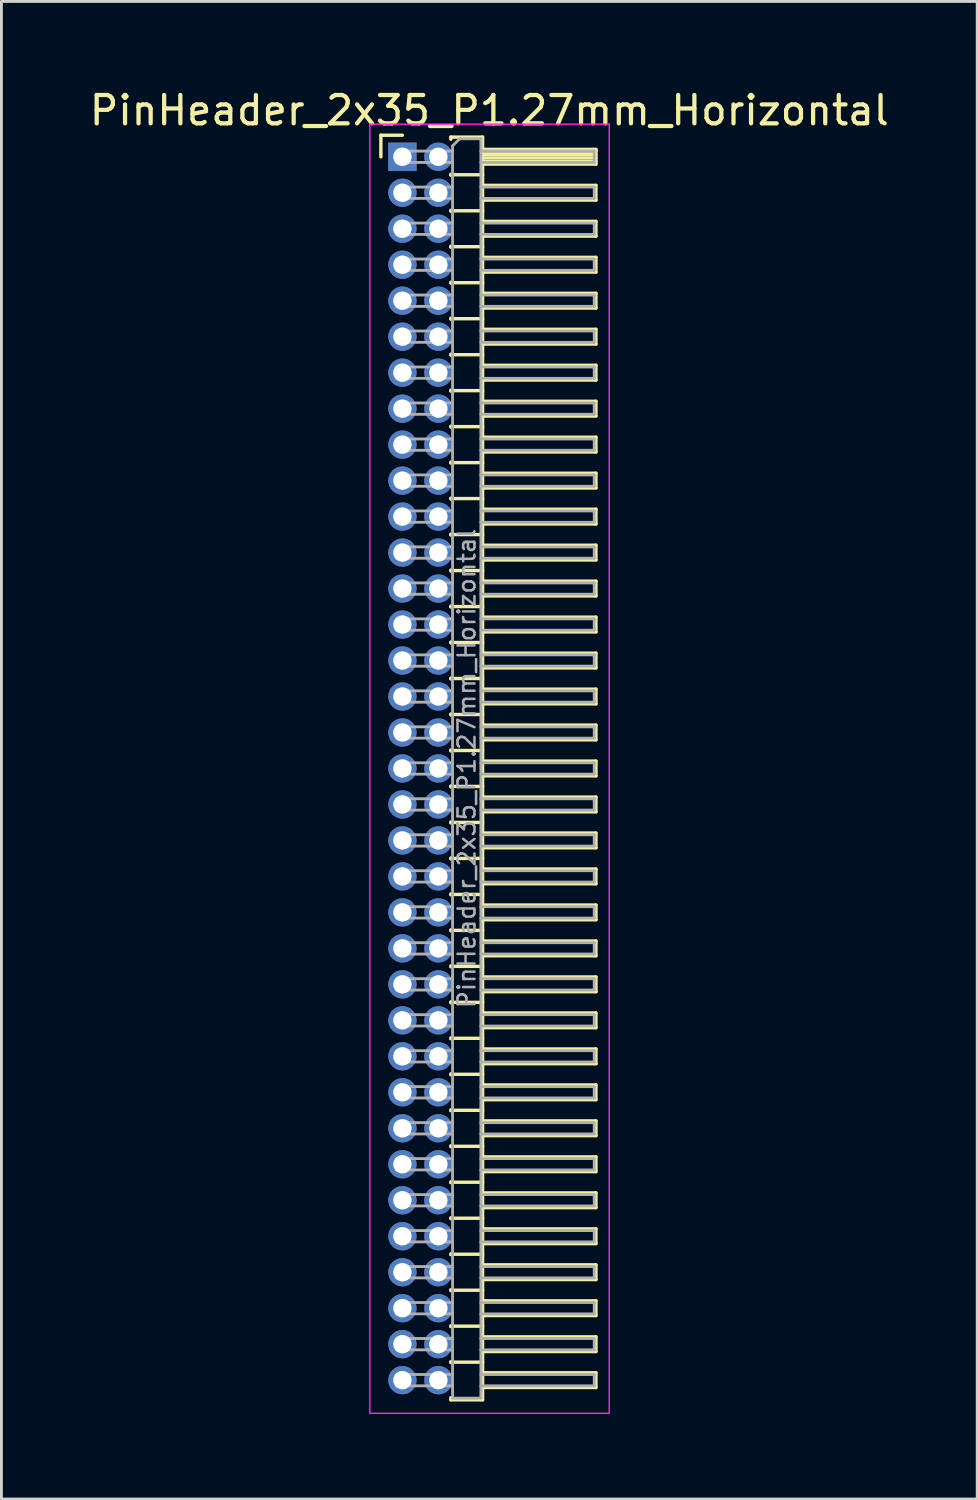
<source format=kicad_pcb>
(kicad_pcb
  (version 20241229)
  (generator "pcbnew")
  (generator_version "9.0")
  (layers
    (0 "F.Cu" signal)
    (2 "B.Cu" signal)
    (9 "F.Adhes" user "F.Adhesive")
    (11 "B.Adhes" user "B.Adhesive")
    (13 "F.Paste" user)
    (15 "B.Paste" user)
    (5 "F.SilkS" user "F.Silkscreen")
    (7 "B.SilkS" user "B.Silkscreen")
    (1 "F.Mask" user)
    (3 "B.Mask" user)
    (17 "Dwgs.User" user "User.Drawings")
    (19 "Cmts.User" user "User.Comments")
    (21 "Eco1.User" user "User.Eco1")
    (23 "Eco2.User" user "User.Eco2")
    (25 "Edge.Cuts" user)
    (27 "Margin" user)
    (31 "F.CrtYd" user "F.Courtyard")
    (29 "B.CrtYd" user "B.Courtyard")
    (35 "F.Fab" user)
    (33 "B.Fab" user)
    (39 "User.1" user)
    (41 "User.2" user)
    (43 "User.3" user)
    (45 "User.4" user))
  (footprint "PinHeader_2x35_P1.27mm_Horizontal"
    (layer "F.Cu")
    (at 11.153 2.483)
    (property "Reference" "PinHeader_2x35_P1.27mm_Horizontal" (at 3.067 -1.635 0) (layer "F.SilkS") (effects (font (size 1 1) (thickness 0.15))))
    (attr through_hole)
    (fp_line (start -0.76 -0.76) (end 0 -0.76) (stroke (width 0.12) (type solid)) (layer "F.SilkS"))
    (fp_line (start -0.76 0) (end -0.76 -0.76) (stroke (width 0.12) (type solid)) (layer "F.SilkS"))
    (fp_line (start 1.71 -0.695) (end 2.83 -0.695) (stroke (width 0.12) (type solid)) (layer "F.SilkS"))
    (fp_line (start 1.71 -0.62) (end 1.71 -0.695) (stroke (width 0.12) (type solid)) (layer "F.SilkS"))
    (fp_line (start 1.71 0.62) (end 1.71 0.65) (stroke (width 0.12) (type solid)) (layer "F.SilkS"))
    (fp_line (start 1.71 0.635) (end 2.83 0.635) (stroke (width 0.12) (type solid)) (layer "F.SilkS"))
    (fp_line (start 1.71 1.89) (end 1.71 1.92) (stroke (width 0.12) (type solid)) (layer "F.SilkS"))
    (fp_line (start 1.71 1.905) (end 2.83 1.905) (stroke (width 0.12) (type solid)) (layer "F.SilkS"))
    (fp_line (start 1.71 3.16) (end 1.71 3.19) (stroke (width 0.12) (type solid)) (layer "F.SilkS"))
    (fp_line (start 1.71 3.175) (end 2.83 3.175) (stroke (width 0.12) (type solid)) (layer "F.SilkS"))
    (fp_line (start 1.71 4.43) (end 1.71 4.46) (stroke (width 0.12) (type solid)) (layer "F.SilkS"))
    (fp_line (start 1.71 4.445) (end 2.83 4.445) (stroke (width 0.12) (type solid)) (layer "F.SilkS"))
    (fp_line (start 1.71 5.7) (end 1.71 5.73) (stroke (width 0.12) (type solid)) (layer "F.SilkS"))
    (fp_line (start 1.71 5.715) (end 2.83 5.715) (stroke (width 0.12) (type solid)) (layer "F.SilkS"))
    (fp_line (start 1.71 6.97) (end 1.71 7) (stroke (width 0.12) (type solid)) (layer "F.SilkS"))
    (fp_line (start 1.71 6.985) (end 2.83 6.985) (stroke (width 0.12) (type solid)) (layer "F.SilkS"))
    (fp_line (start 1.71 8.24) (end 1.71 8.27) (stroke (width 0.12) (type solid)) (layer "F.SilkS"))
    (fp_line (start 1.71 8.255) (end 2.83 8.255) (stroke (width 0.12) (type solid)) (layer "F.SilkS"))
    (fp_line (start 1.71 9.51) (end 1.71 9.54) (stroke (width 0.12) (type solid)) (layer "F.SilkS"))
    (fp_line (start 1.71 9.525) (end 2.83 9.525) (stroke (width 0.12) (type solid)) (layer "F.SilkS"))
    (fp_line (start 1.71 10.78) (end 1.71 10.81) (stroke (width 0.12) (type solid)) (layer "F.SilkS"))
    (fp_line (start 1.71 10.795) (end 2.83 10.795) (stroke (width 0.12) (type solid)) (layer "F.SilkS"))
    (fp_line (start 1.71 12.05) (end 1.71 12.08) (stroke (width 0.12) (type solid)) (layer "F.SilkS"))
    (fp_line (start 1.71 12.065) (end 2.83 12.065) (stroke (width 0.12) (type solid)) (layer "F.SilkS"))
    (fp_line (start 1.71 13.32) (end 1.71 13.35) (stroke (width 0.12) (type solid)) (layer "F.SilkS"))
    (fp_line (start 1.71 13.335) (end 2.83 13.335) (stroke (width 0.12) (type solid)) (layer "F.SilkS"))
    (fp_line (start 1.71 14.59) (end 1.71 14.62) (stroke (width 0.12) (type solid)) (layer "F.SilkS"))
    (fp_line (start 1.71 14.605) (end 2.83 14.605) (stroke (width 0.12) (type solid)) (layer "F.SilkS"))
    (fp_line (start 1.71 15.86) (end 1.71 15.89) (stroke (width 0.12) (type solid)) (layer "F.SilkS"))
    (fp_line (start 1.71 15.875) (end 2.83 15.875) (stroke (width 0.12) (type solid)) (layer "F.SilkS"))
    (fp_line (start 1.71 17.13) (end 1.71 17.16) (stroke (width 0.12) (type solid)) (layer "F.SilkS"))
    (fp_line (start 1.71 17.145) (end 2.83 17.145) (stroke (width 0.12) (type solid)) (layer "F.SilkS"))
    (fp_line (start 1.71 18.4) (end 1.71 18.43) (stroke (width 0.12) (type solid)) (layer "F.SilkS"))
    (fp_line (start 1.71 18.415) (end 2.83 18.415) (stroke (width 0.12) (type solid)) (layer "F.SilkS"))
    (fp_line (start 1.71 19.67) (end 1.71 19.7) (stroke (width 0.12) (type solid)) (layer "F.SilkS"))
    (fp_line (start 1.71 19.685) (end 2.83 19.685) (stroke (width 0.12) (type solid)) (layer "F.SilkS"))
    (fp_line (start 1.71 20.94) (end 1.71 20.97) (stroke (width 0.12) (type solid)) (layer "F.SilkS"))
    (fp_line (start 1.71 20.955) (end 2.83 20.955) (stroke (width 0.12) (type solid)) (layer "F.SilkS"))
    (fp_line (start 1.71 22.21) (end 1.71 22.24) (stroke (width 0.12) (type solid)) (layer "F.SilkS"))
    (fp_line (start 1.71 22.225) (end 2.83 22.225) (stroke (width 0.12) (type solid)) (layer "F.SilkS"))
    (fp_line (start 1.71 23.48) (end 1.71 23.51) (stroke (width 0.12) (type solid)) (layer "F.SilkS"))
    (fp_line (start 1.71 23.495) (end 2.83 23.495) (stroke (width 0.12) (type solid)) (layer "F.SilkS"))
    (fp_line (start 1.71 24.75) (end 1.71 24.78) (stroke (width 0.12) (type solid)) (layer "F.SilkS"))
    (fp_line (start 1.71 24.765) (end 2.83 24.765) (stroke (width 0.12) (type solid)) (layer "F.SilkS"))
    (fp_line (start 1.71 26.02) (end 1.71 26.05) (stroke (width 0.12) (type solid)) (layer "F.SilkS"))
    (fp_line (start 1.71 26.035) (end 2.83 26.035) (stroke (width 0.12) (type solid)) (layer "F.SilkS"))
    (fp_line (start 1.71 27.29) (end 1.71 27.32) (stroke (width 0.12) (type solid)) (layer "F.SilkS"))
    (fp_line (start 1.71 27.305) (end 2.83 27.305) (stroke (width 0.12) (type solid)) (layer "F.SilkS"))
    (fp_line (start 1.71 28.56) (end 1.71 28.59) (stroke (width 0.12) (type solid)) (layer "F.SilkS"))
    (fp_line (start 1.71 28.575) (end 2.83 28.575) (stroke (width 0.12) (type solid)) (layer "F.SilkS"))
    (fp_line (start 1.71 29.83) (end 1.71 29.86) (stroke (width 0.12) (type solid)) (layer "F.SilkS"))
    (fp_line (start 1.71 29.845) (end 2.83 29.845) (stroke (width 0.12) (type solid)) (layer "F.SilkS"))
    (fp_line (start 1.71 31.1) (end 1.71 31.13) (stroke (width 0.12) (type solid)) (layer "F.SilkS"))
    (fp_line (start 1.71 31.115) (end 2.83 31.115) (stroke (width 0.12) (type solid)) (layer "F.SilkS"))
    (fp_line (start 1.71 32.37) (end 1.71 32.4) (stroke (width 0.12) (type solid)) (layer "F.SilkS"))
    (fp_line (start 1.71 32.385) (end 2.83 32.385) (stroke (width 0.12) (type solid)) (layer "F.SilkS"))
    (fp_line (start 1.71 33.64) (end 1.71 33.67) (stroke (width 0.12) (type solid)) (layer "F.SilkS"))
    (fp_line (start 1.71 33.655) (end 2.83 33.655) (stroke (width 0.12) (type solid)) (layer "F.SilkS"))
    (fp_line (start 1.71 34.91) (end 1.71 34.94) (stroke (width 0.12) (type solid)) (layer "F.SilkS"))
    (fp_line (start 1.71 34.925) (end 2.83 34.925) (stroke (width 0.12) (type solid)) (layer "F.SilkS"))
    (fp_line (start 1.71 36.18) (end 1.71 36.21) (stroke (width 0.12) (type solid)) (layer "F.SilkS"))
    (fp_line (start 1.71 36.195) (end 2.83 36.195) (stroke (width 0.12) (type solid)) (layer "F.SilkS"))
    (fp_line (start 1.71 37.45) (end 1.71 37.48) (stroke (width 0.12) (type solid)) (layer "F.SilkS"))
    (fp_line (start 1.71 37.465) (end 2.83 37.465) (stroke (width 0.12) (type solid)) (layer "F.SilkS"))
    (fp_line (start 1.71 38.72) (end 1.71 38.75) (stroke (width 0.12) (type solid)) (layer "F.SilkS"))
    (fp_line (start 1.71 38.735) (end 2.83 38.735) (stroke (width 0.12) (type solid)) (layer "F.SilkS"))
    (fp_line (start 1.71 39.99) (end 1.71 40.02) (stroke (width 0.12) (type solid)) (layer "F.SilkS"))
    (fp_line (start 1.71 40.005) (end 2.83 40.005) (stroke (width 0.12) (type solid)) (layer "F.SilkS"))
    (fp_line (start 1.71 41.26) (end 1.71 41.29) (stroke (width 0.12) (type solid)) (layer "F.SilkS"))
    (fp_line (start 1.71 41.275) (end 2.83 41.275) (stroke (width 0.12) (type solid)) (layer "F.SilkS"))
    (fp_line (start 1.71 42.53) (end 1.71 42.56) (stroke (width 0.12) (type solid)) (layer "F.SilkS"))
    (fp_line (start 1.71 42.545) (end 2.83 42.545) (stroke (width 0.12) (type solid)) (layer "F.SilkS"))
    (fp_line (start 1.71 43.875) (end 1.71 43.8) (stroke (width 0.12) (type solid)) (layer "F.SilkS"))
    (fp_line (start 2.83 -0.695) (end 2.83 43.875) (stroke (width 0.12) (type solid)) (layer "F.SilkS"))
    (fp_line (start 2.83 -0.26) (end 6.83 -0.26) (stroke (width 0.12) (type solid)) (layer "F.SilkS"))
    (fp_line (start 2.83 -0.2) (end 6.83 -0.2) (stroke (width 0.12) (type solid)) (layer "F.SilkS"))
    (fp_line (start 2.83 -0.08) (end 6.83 -0.08) (stroke (width 0.12) (type solid)) (layer "F.SilkS"))
    (fp_line (start 2.83 0.04) (end 6.83 0.04) (stroke (width 0.12) (type solid)) (layer "F.SilkS"))
    (fp_line (start 2.83 0.16) (end 6.83 0.16) (stroke (width 0.12) (type solid)) (layer "F.SilkS"))
    (fp_line (start 2.83 1.01) (end 6.83 1.01) (stroke (width 0.12) (type solid)) (layer "F.SilkS"))
    (fp_line (start 2.83 2.28) (end 6.83 2.28) (stroke (width 0.12) (type solid)) (layer "F.SilkS"))
    (fp_line (start 2.83 3.55) (end 6.83 3.55) (stroke (width 0.12) (type solid)) (layer "F.SilkS"))
    (fp_line (start 2.83 4.82) (end 6.83 4.82) (stroke (width 0.12) (type solid)) (layer "F.SilkS"))
    (fp_line (start 2.83 6.09) (end 6.83 6.09) (stroke (width 0.12) (type solid)) (layer "F.SilkS"))
    (fp_line (start 2.83 7.36) (end 6.83 7.36) (stroke (width 0.12) (type solid)) (layer "F.SilkS"))
    (fp_line (start 2.83 8.63) (end 6.83 8.63) (stroke (width 0.12) (type solid)) (layer "F.SilkS"))
    (fp_line (start 2.83 9.9) (end 6.83 9.9) (stroke (width 0.12) (type solid)) (layer "F.SilkS"))
    (fp_line (start 2.83 11.17) (end 6.83 11.17) (stroke (width 0.12) (type solid)) (layer "F.SilkS"))
    (fp_line (start 2.83 12.44) (end 6.83 12.44) (stroke (width 0.12) (type solid)) (layer "F.SilkS"))
    (fp_line (start 2.83 13.71) (end 6.83 13.71) (stroke (width 0.12) (type solid)) (layer "F.SilkS"))
    (fp_line (start 2.83 14.98) (end 6.83 14.98) (stroke (width 0.12) (type solid)) (layer "F.SilkS"))
    (fp_line (start 2.83 16.25) (end 6.83 16.25) (stroke (width 0.12) (type solid)) (layer "F.SilkS"))
    (fp_line (start 2.83 17.52) (end 6.83 17.52) (stroke (width 0.12) (type solid)) (layer "F.SilkS"))
    (fp_line (start 2.83 18.79) (end 6.83 18.79) (stroke (width 0.12) (type solid)) (layer "F.SilkS"))
    (fp_line (start 2.83 20.06) (end 6.83 20.06) (stroke (width 0.12) (type solid)) (layer "F.SilkS"))
    (fp_line (start 2.83 21.33) (end 6.83 21.33) (stroke (width 0.12) (type solid)) (layer "F.SilkS"))
    (fp_line (start 2.83 22.6) (end 6.83 22.6) (stroke (width 0.12) (type solid)) (layer "F.SilkS"))
    (fp_line (start 2.83 23.87) (end 6.83 23.87) (stroke (width 0.12) (type solid)) (layer "F.SilkS"))
    (fp_line (start 2.83 25.14) (end 6.83 25.14) (stroke (width 0.12) (type solid)) (layer "F.SilkS"))
    (fp_line (start 2.83 26.41) (end 6.83 26.41) (stroke (width 0.12) (type solid)) (layer "F.SilkS"))
    (fp_line (start 2.83 27.68) (end 6.83 27.68) (stroke (width 0.12) (type solid)) (layer "F.SilkS"))
    (fp_line (start 2.83 28.95) (end 6.83 28.95) (stroke (width 0.12) (type solid)) (layer "F.SilkS"))
    (fp_line (start 2.83 30.22) (end 6.83 30.22) (stroke (width 0.12) (type solid)) (layer "F.SilkS"))
    (fp_line (start 2.83 31.49) (end 6.83 31.49) (stroke (width 0.12) (type solid)) (layer "F.SilkS"))
    (fp_line (start 2.83 32.76) (end 6.83 32.76) (stroke (width 0.12) (type solid)) (layer "F.SilkS"))
    (fp_line (start 2.83 34.03) (end 6.83 34.03) (stroke (width 0.12) (type solid)) (layer "F.SilkS"))
    (fp_line (start 2.83 35.3) (end 6.83 35.3) (stroke (width 0.12) (type solid)) (layer "F.SilkS"))
    (fp_line (start 2.83 36.57) (end 6.83 36.57) (stroke (width 0.12) (type solid)) (layer "F.SilkS"))
    (fp_line (start 2.83 37.84) (end 6.83 37.84) (stroke (width 0.12) (type solid)) (layer "F.SilkS"))
    (fp_line (start 2.83 39.11) (end 6.83 39.11) (stroke (width 0.12) (type solid)) (layer "F.SilkS"))
    (fp_line (start 2.83 40.38) (end 6.83 40.38) (stroke (width 0.12) (type solid)) (layer "F.SilkS"))
    (fp_line (start 2.83 41.65) (end 6.83 41.65) (stroke (width 0.12) (type solid)) (layer "F.SilkS"))
    (fp_line (start 2.83 42.92) (end 6.83 42.92) (stroke (width 0.12) (type solid)) (layer "F.SilkS"))
    (fp_line (start 2.83 43.875) (end 1.71 43.875) (stroke (width 0.12) (type solid)) (layer "F.SilkS"))
    (fp_line (start 6.83 -0.26) (end 6.83 0.26) (stroke (width 0.12) (type solid)) (layer "F.SilkS"))
    (fp_line (start 6.83 0.26) (end 2.83 0.26) (stroke (width 0.12) (type solid)) (layer "F.SilkS"))
    (fp_line (start 6.83 1.01) (end 6.83 1.53) (stroke (width 0.12) (type solid)) (layer "F.SilkS"))
    (fp_line (start 6.83 1.53) (end 2.83 1.53) (stroke (width 0.12) (type solid)) (layer "F.SilkS"))
    (fp_line (start 6.83 2.28) (end 6.83 2.8) (stroke (width 0.12) (type solid)) (layer "F.SilkS"))
    (fp_line (start 6.83 2.8) (end 2.83 2.8) (stroke (width 0.12) (type solid)) (layer "F.SilkS"))
    (fp_line (start 6.83 3.55) (end 6.83 4.07) (stroke (width 0.12) (type solid)) (layer "F.SilkS"))
    (fp_line (start 6.83 4.07) (end 2.83 4.07) (stroke (width 0.12) (type solid)) (layer "F.SilkS"))
    (fp_line (start 6.83 4.82) (end 6.83 5.34) (stroke (width 0.12) (type solid)) (layer "F.SilkS"))
    (fp_line (start 6.83 5.34) (end 2.83 5.34) (stroke (width 0.12) (type solid)) (layer "F.SilkS"))
    (fp_line (start 6.83 6.09) (end 6.83 6.61) (stroke (width 0.12) (type solid)) (layer "F.SilkS"))
    (fp_line (start 6.83 6.61) (end 2.83 6.61) (stroke (width 0.12) (type solid)) (layer "F.SilkS"))
    (fp_line (start 6.83 7.36) (end 6.83 7.88) (stroke (width 0.12) (type solid)) (layer "F.SilkS"))
    (fp_line (start 6.83 7.88) (end 2.83 7.88) (stroke (width 0.12) (type solid)) (layer "F.SilkS"))
    (fp_line (start 6.83 8.63) (end 6.83 9.15) (stroke (width 0.12) (type solid)) (layer "F.SilkS"))
    (fp_line (start 6.83 9.15) (end 2.83 9.15) (stroke (width 0.12) (type solid)) (layer "F.SilkS"))
    (fp_line (start 6.83 9.9) (end 6.83 10.42) (stroke (width 0.12) (type solid)) (layer "F.SilkS"))
    (fp_line (start 6.83 10.42) (end 2.83 10.42) (stroke (width 0.12) (type solid)) (layer "F.SilkS"))
    (fp_line (start 6.83 11.17) (end 6.83 11.69) (stroke (width 0.12) (type solid)) (layer "F.SilkS"))
    (fp_line (start 6.83 11.69) (end 2.83 11.69) (stroke (width 0.12) (type solid)) (layer "F.SilkS"))
    (fp_line (start 6.83 12.44) (end 6.83 12.96) (stroke (width 0.12) (type solid)) (layer "F.SilkS"))
    (fp_line (start 6.83 12.96) (end 2.83 12.96) (stroke (width 0.12) (type solid)) (layer "F.SilkS"))
    (fp_line (start 6.83 13.71) (end 6.83 14.23) (stroke (width 0.12) (type solid)) (layer "F.SilkS"))
    (fp_line (start 6.83 14.23) (end 2.83 14.23) (stroke (width 0.12) (type solid)) (layer "F.SilkS"))
    (fp_line (start 6.83 14.98) (end 6.83 15.5) (stroke (width 0.12) (type solid)) (layer "F.SilkS"))
    (fp_line (start 6.83 15.5) (end 2.83 15.5) (stroke (width 0.12) (type solid)) (layer "F.SilkS"))
    (fp_line (start 6.83 16.25) (end 6.83 16.77) (stroke (width 0.12) (type solid)) (layer "F.SilkS"))
    (fp_line (start 6.83 16.77) (end 2.83 16.77) (stroke (width 0.12) (type solid)) (layer "F.SilkS"))
    (fp_line (start 6.83 17.52) (end 6.83 18.04) (stroke (width 0.12) (type solid)) (layer "F.SilkS"))
    (fp_line (start 6.83 18.04) (end 2.83 18.04) (stroke (width 0.12) (type solid)) (layer "F.SilkS"))
    (fp_line (start 6.83 18.79) (end 6.83 19.31) (stroke (width 0.12) (type solid)) (layer "F.SilkS"))
    (fp_line (start 6.83 19.31) (end 2.83 19.31) (stroke (width 0.12) (type solid)) (layer "F.SilkS"))
    (fp_line (start 6.83 20.06) (end 6.83 20.58) (stroke (width 0.12) (type solid)) (layer "F.SilkS"))
    (fp_line (start 6.83 20.58) (end 2.83 20.58) (stroke (width 0.12) (type solid)) (layer "F.SilkS"))
    (fp_line (start 6.83 21.33) (end 6.83 21.85) (stroke (width 0.12) (type solid)) (layer "F.SilkS"))
    (fp_line (start 6.83 21.85) (end 2.83 21.85) (stroke (width 0.12) (type solid)) (layer "F.SilkS"))
    (fp_line (start 6.83 22.6) (end 6.83 23.12) (stroke (width 0.12) (type solid)) (layer "F.SilkS"))
    (fp_line (start 6.83 23.12) (end 2.83 23.12) (stroke (width 0.12) (type solid)) (layer "F.SilkS"))
    (fp_line (start 6.83 23.87) (end 6.83 24.39) (stroke (width 0.12) (type solid)) (layer "F.SilkS"))
    (fp_line (start 6.83 24.39) (end 2.83 24.39) (stroke (width 0.12) (type solid)) (layer "F.SilkS"))
    (fp_line (start 6.83 25.14) (end 6.83 25.66) (stroke (width 0.12) (type solid)) (layer "F.SilkS"))
    (fp_line (start 6.83 25.66) (end 2.83 25.66) (stroke (width 0.12) (type solid)) (layer "F.SilkS"))
    (fp_line (start 6.83 26.41) (end 6.83 26.93) (stroke (width 0.12) (type solid)) (layer "F.SilkS"))
    (fp_line (start 6.83 26.93) (end 2.83 26.93) (stroke (width 0.12) (type solid)) (layer "F.SilkS"))
    (fp_line (start 6.83 27.68) (end 6.83 28.2) (stroke (width 0.12) (type solid)) (layer "F.SilkS"))
    (fp_line (start 6.83 28.2) (end 2.83 28.2) (stroke (width 0.12) (type solid)) (layer "F.SilkS"))
    (fp_line (start 6.83 28.95) (end 6.83 29.47) (stroke (width 0.12) (type solid)) (layer "F.SilkS"))
    (fp_line (start 6.83 29.47) (end 2.83 29.47) (stroke (width 0.12) (type solid)) (layer "F.SilkS"))
    (fp_line (start 6.83 30.22) (end 6.83 30.74) (stroke (width 0.12) (type solid)) (layer "F.SilkS"))
    (fp_line (start 6.83 30.74) (end 2.83 30.74) (stroke (width 0.12) (type solid)) (layer "F.SilkS"))
    (fp_line (start 6.83 31.49) (end 6.83 32.01) (stroke (width 0.12) (type solid)) (layer "F.SilkS"))
    (fp_line (start 6.83 32.01) (end 2.83 32.01) (stroke (width 0.12) (type solid)) (layer "F.SilkS"))
    (fp_line (start 6.83 32.76) (end 6.83 33.28) (stroke (width 0.12) (type solid)) (layer "F.SilkS"))
    (fp_line (start 6.83 33.28) (end 2.83 33.28) (stroke (width 0.12) (type solid)) (layer "F.SilkS"))
    (fp_line (start 6.83 34.03) (end 6.83 34.55) (stroke (width 0.12) (type solid)) (layer "F.SilkS"))
    (fp_line (start 6.83 34.55) (end 2.83 34.55) (stroke (width 0.12) (type solid)) (layer "F.SilkS"))
    (fp_line (start 6.83 35.3) (end 6.83 35.82) (stroke (width 0.12) (type solid)) (layer "F.SilkS"))
    (fp_line (start 6.83 35.82) (end 2.83 35.82) (stroke (width 0.12) (type solid)) (layer "F.SilkS"))
    (fp_line (start 6.83 36.57) (end 6.83 37.09) (stroke (width 0.12) (type solid)) (layer "F.SilkS"))
    (fp_line (start 6.83 37.09) (end 2.83 37.09) (stroke (width 0.12) (type solid)) (layer "F.SilkS"))
    (fp_line (start 6.83 37.84) (end 6.83 38.36) (stroke (width 0.12) (type solid)) (layer "F.SilkS"))
    (fp_line (start 6.83 38.36) (end 2.83 38.36) (stroke (width 0.12) (type solid)) (layer "F.SilkS"))
    (fp_line (start 6.83 39.11) (end 6.83 39.63) (stroke (width 0.12) (type solid)) (layer "F.SilkS"))
    (fp_line (start 6.83 39.63) (end 2.83 39.63) (stroke (width 0.12) (type solid)) (layer "F.SilkS"))
    (fp_line (start 6.83 40.38) (end 6.83 40.9) (stroke (width 0.12) (type solid)) (layer "F.SilkS"))
    (fp_line (start 6.83 40.9) (end 2.83 40.9) (stroke (width 0.12) (type solid)) (layer "F.SilkS"))
    (fp_line (start 6.83 41.65) (end 6.83 42.17) (stroke (width 0.12) (type solid)) (layer "F.SilkS"))
    (fp_line (start 6.83 42.17) (end 2.83 42.17) (stroke (width 0.12) (type solid)) (layer "F.SilkS"))
    (fp_line (start 6.83 42.92) (end 6.83 43.44) (stroke (width 0.12) (type solid)) (layer "F.SilkS"))
    (fp_line (start 6.83 43.44) (end 2.83 43.44) (stroke (width 0.12) (type solid)) (layer "F.SilkS"))
    (fp_line (start -1.15 -1.15) (end -1.15 44.35) (stroke (width 0.05) (type solid)) (layer "F.CrtYd"))
    (fp_line (start -1.15 44.35) (end 7.3 44.35) (stroke (width 0.05) (type solid)) (layer "F.CrtYd"))
    (fp_line (start 7.3 -1.15) (end -1.15 -1.15) (stroke (width 0.05) (type solid)) (layer "F.CrtYd"))
    (fp_line (start 7.3 44.35) (end 7.3 -1.15) (stroke (width 0.05) (type solid)) (layer "F.CrtYd"))
    (fp_line (start -0.2 -0.2) (end -0.2 0.2) (stroke (width 0.1) (type solid)) (layer "F.Fab"))
    (fp_line (start -0.2 -0.2) (end 1.77 -0.2) (stroke (width 0.1) (type solid)) (layer "F.Fab"))
    (fp_line (start -0.2 0.2) (end 1.77 0.2) (stroke (width 0.1) (type solid)) (layer "F.Fab"))
    (fp_line (start -0.2 1.07) (end -0.2 1.47) (stroke (width 0.1) (type solid)) (layer "F.Fab"))
    (fp_line (start -0.2 1.07) (end 1.77 1.07) (stroke (width 0.1) (type solid)) (layer "F.Fab"))
    (fp_line (start -0.2 1.47) (end 1.77 1.47) (stroke (width 0.1) (type solid)) (layer "F.Fab"))
    (fp_line (start -0.2 2.34) (end -0.2 2.74) (stroke (width 0.1) (type solid)) (layer "F.Fab"))
    (fp_line (start -0.2 2.34) (end 1.77 2.34) (stroke (width 0.1) (type solid)) (layer "F.Fab"))
    (fp_line (start -0.2 2.74) (end 1.77 2.74) (stroke (width 0.1) (type solid)) (layer "F.Fab"))
    (fp_line (start -0.2 3.61) (end -0.2 4.01) (stroke (width 0.1) (type solid)) (layer "F.Fab"))
    (fp_line (start -0.2 3.61) (end 1.77 3.61) (stroke (width 0.1) (type solid)) (layer "F.Fab"))
    (fp_line (start -0.2 4.01) (end 1.77 4.01) (stroke (width 0.1) (type solid)) (layer "F.Fab"))
    (fp_line (start -0.2 4.88) (end -0.2 5.28) (stroke (width 0.1) (type solid)) (layer "F.Fab"))
    (fp_line (start -0.2 4.88) (end 1.77 4.88) (stroke (width 0.1) (type solid)) (layer "F.Fab"))
    (fp_line (start -0.2 5.28) (end 1.77 5.28) (stroke (width 0.1) (type solid)) (layer "F.Fab"))
    (fp_line (start -0.2 6.15) (end -0.2 6.55) (stroke (width 0.1) (type solid)) (layer "F.Fab"))
    (fp_line (start -0.2 6.15) (end 1.77 6.15) (stroke (width 0.1) (type solid)) (layer "F.Fab"))
    (fp_line (start -0.2 6.55) (end 1.77 6.55) (stroke (width 0.1) (type solid)) (layer "F.Fab"))
    (fp_line (start -0.2 7.42) (end -0.2 7.82) (stroke (width 0.1) (type solid)) (layer "F.Fab"))
    (fp_line (start -0.2 7.42) (end 1.77 7.42) (stroke (width 0.1) (type solid)) (layer "F.Fab"))
    (fp_line (start -0.2 7.82) (end 1.77 7.82) (stroke (width 0.1) (type solid)) (layer "F.Fab"))
    (fp_line (start -0.2 8.69) (end -0.2 9.09) (stroke (width 0.1) (type solid)) (layer "F.Fab"))
    (fp_line (start -0.2 8.69) (end 1.77 8.69) (stroke (width 0.1) (type solid)) (layer "F.Fab"))
    (fp_line (start -0.2 9.09) (end 1.77 9.09) (stroke (width 0.1) (type solid)) (layer "F.Fab"))
    (fp_line (start -0.2 9.96) (end -0.2 10.36) (stroke (width 0.1) (type solid)) (layer "F.Fab"))
    (fp_line (start -0.2 9.96) (end 1.77 9.96) (stroke (width 0.1) (type solid)) (layer "F.Fab"))
    (fp_line (start -0.2 10.36) (end 1.77 10.36) (stroke (width 0.1) (type solid)) (layer "F.Fab"))
    (fp_line (start -0.2 11.23) (end -0.2 11.63) (stroke (width 0.1) (type solid)) (layer "F.Fab"))
    (fp_line (start -0.2 11.23) (end 1.77 11.23) (stroke (width 0.1) (type solid)) (layer "F.Fab"))
    (fp_line (start -0.2 11.63) (end 1.77 11.63) (stroke (width 0.1) (type solid)) (layer "F.Fab"))
    (fp_line (start -0.2 12.5) (end -0.2 12.9) (stroke (width 0.1) (type solid)) (layer "F.Fab"))
    (fp_line (start -0.2 12.5) (end 1.77 12.5) (stroke (width 0.1) (type solid)) (layer "F.Fab"))
    (fp_line (start -0.2 12.9) (end 1.77 12.9) (stroke (width 0.1) (type solid)) (layer "F.Fab"))
    (fp_line (start -0.2 13.77) (end -0.2 14.17) (stroke (width 0.1) (type solid)) (layer "F.Fab"))
    (fp_line (start -0.2 13.77) (end 1.77 13.77) (stroke (width 0.1) (type solid)) (layer "F.Fab"))
    (fp_line (start -0.2 14.17) (end 1.77 14.17) (stroke (width 0.1) (type solid)) (layer "F.Fab"))
    (fp_line (start -0.2 15.04) (end -0.2 15.44) (stroke (width 0.1) (type solid)) (layer "F.Fab"))
    (fp_line (start -0.2 15.04) (end 1.77 15.04) (stroke (width 0.1) (type solid)) (layer "F.Fab"))
    (fp_line (start -0.2 15.44) (end 1.77 15.44) (stroke (width 0.1) (type solid)) (layer "F.Fab"))
    (fp_line (start -0.2 16.31) (end -0.2 16.71) (stroke (width 0.1) (type solid)) (layer "F.Fab"))
    (fp_line (start -0.2 16.31) (end 1.77 16.31) (stroke (width 0.1) (type solid)) (layer "F.Fab"))
    (fp_line (start -0.2 16.71) (end 1.77 16.71) (stroke (width 0.1) (type solid)) (layer "F.Fab"))
    (fp_line (start -0.2 17.58) (end -0.2 17.98) (stroke (width 0.1) (type solid)) (layer "F.Fab"))
    (fp_line (start -0.2 17.58) (end 1.77 17.58) (stroke (width 0.1) (type solid)) (layer "F.Fab"))
    (fp_line (start -0.2 17.98) (end 1.77 17.98) (stroke (width 0.1) (type solid)) (layer "F.Fab"))
    (fp_line (start -0.2 18.85) (end -0.2 19.25) (stroke (width 0.1) (type solid)) (layer "F.Fab"))
    (fp_line (start -0.2 18.85) (end 1.77 18.85) (stroke (width 0.1) (type solid)) (layer "F.Fab"))
    (fp_line (start -0.2 19.25) (end 1.77 19.25) (stroke (width 0.1) (type solid)) (layer "F.Fab"))
    (fp_line (start -0.2 20.12) (end -0.2 20.52) (stroke (width 0.1) (type solid)) (layer "F.Fab"))
    (fp_line (start -0.2 20.12) (end 1.77 20.12) (stroke (width 0.1) (type solid)) (layer "F.Fab"))
    (fp_line (start -0.2 20.52) (end 1.77 20.52) (stroke (width 0.1) (type solid)) (layer "F.Fab"))
    (fp_line (start -0.2 21.39) (end -0.2 21.79) (stroke (width 0.1) (type solid)) (layer "F.Fab"))
    (fp_line (start -0.2 21.39) (end 1.77 21.39) (stroke (width 0.1) (type solid)) (layer "F.Fab"))
    (fp_line (start -0.2 21.79) (end 1.77 21.79) (stroke (width 0.1) (type solid)) (layer "F.Fab"))
    (fp_line (start -0.2 22.66) (end -0.2 23.06) (stroke (width 0.1) (type solid)) (layer "F.Fab"))
    (fp_line (start -0.2 22.66) (end 1.77 22.66) (stroke (width 0.1) (type solid)) (layer "F.Fab"))
    (fp_line (start -0.2 23.06) (end 1.77 23.06) (stroke (width 0.1) (type solid)) (layer "F.Fab"))
    (fp_line (start -0.2 23.93) (end -0.2 24.33) (stroke (width 0.1) (type solid)) (layer "F.Fab"))
    (fp_line (start -0.2 23.93) (end 1.77 23.93) (stroke (width 0.1) (type solid)) (layer "F.Fab"))
    (fp_line (start -0.2 24.33) (end 1.77 24.33) (stroke (width 0.1) (type solid)) (layer "F.Fab"))
    (fp_line (start -0.2 25.2) (end -0.2 25.6) (stroke (width 0.1) (type solid)) (layer "F.Fab"))
    (fp_line (start -0.2 25.2) (end 1.77 25.2) (stroke (width 0.1) (type solid)) (layer "F.Fab"))
    (fp_line (start -0.2 25.6) (end 1.77 25.6) (stroke (width 0.1) (type solid)) (layer "F.Fab"))
    (fp_line (start -0.2 26.47) (end -0.2 26.87) (stroke (width 0.1) (type solid)) (layer "F.Fab"))
    (fp_line (start -0.2 26.47) (end 1.77 26.47) (stroke (width 0.1) (type solid)) (layer "F.Fab"))
    (fp_line (start -0.2 26.87) (end 1.77 26.87) (stroke (width 0.1) (type solid)) (layer "F.Fab"))
    (fp_line (start -0.2 27.74) (end -0.2 28.14) (stroke (width 0.1) (type solid)) (layer "F.Fab"))
    (fp_line (start -0.2 27.74) (end 1.77 27.74) (stroke (width 0.1) (type solid)) (layer "F.Fab"))
    (fp_line (start -0.2 28.14) (end 1.77 28.14) (stroke (width 0.1) (type solid)) (layer "F.Fab"))
    (fp_line (start -0.2 29.01) (end -0.2 29.41) (stroke (width 0.1) (type solid)) (layer "F.Fab"))
    (fp_line (start -0.2 29.01) (end 1.77 29.01) (stroke (width 0.1) (type solid)) (layer "F.Fab"))
    (fp_line (start -0.2 29.41) (end 1.77 29.41) (stroke (width 0.1) (type solid)) (layer "F.Fab"))
    (fp_line (start -0.2 30.28) (end -0.2 30.68) (stroke (width 0.1) (type solid)) (layer "F.Fab"))
    (fp_line (start -0.2 30.28) (end 1.77 30.28) (stroke (width 0.1) (type solid)) (layer "F.Fab"))
    (fp_line (start -0.2 30.68) (end 1.77 30.68) (stroke (width 0.1) (type solid)) (layer "F.Fab"))
    (fp_line (start -0.2 31.55) (end -0.2 31.95) (stroke (width 0.1) (type solid)) (layer "F.Fab"))
    (fp_line (start -0.2 31.55) (end 1.77 31.55) (stroke (width 0.1) (type solid)) (layer "F.Fab"))
    (fp_line (start -0.2 31.95) (end 1.77 31.95) (stroke (width 0.1) (type solid)) (layer "F.Fab"))
    (fp_line (start -0.2 32.82) (end -0.2 33.22) (stroke (width 0.1) (type solid)) (layer "F.Fab"))
    (fp_line (start -0.2 32.82) (end 1.77 32.82) (stroke (width 0.1) (type solid)) (layer "F.Fab"))
    (fp_line (start -0.2 33.22) (end 1.77 33.22) (stroke (width 0.1) (type solid)) (layer "F.Fab"))
    (fp_line (start -0.2 34.09) (end -0.2 34.49) (stroke (width 0.1) (type solid)) (layer "F.Fab"))
    (fp_line (start -0.2 34.09) (end 1.77 34.09) (stroke (width 0.1) (type solid)) (layer "F.Fab"))
    (fp_line (start -0.2 34.49) (end 1.77 34.49) (stroke (width 0.1) (type solid)) (layer "F.Fab"))
    (fp_line (start -0.2 35.36) (end -0.2 35.76) (stroke (width 0.1) (type solid)) (layer "F.Fab"))
    (fp_line (start -0.2 35.36) (end 1.77 35.36) (stroke (width 0.1) (type solid)) (layer "F.Fab"))
    (fp_line (start -0.2 35.76) (end 1.77 35.76) (stroke (width 0.1) (type solid)) (layer "F.Fab"))
    (fp_line (start -0.2 36.63) (end -0.2 37.03) (stroke (width 0.1) (type solid)) (layer "F.Fab"))
    (fp_line (start -0.2 36.63) (end 1.77 36.63) (stroke (width 0.1) (type solid)) (layer "F.Fab"))
    (fp_line (start -0.2 37.03) (end 1.77 37.03) (stroke (width 0.1) (type solid)) (layer "F.Fab"))
    (fp_line (start -0.2 37.9) (end -0.2 38.3) (stroke (width 0.1) (type solid)) (layer "F.Fab"))
    (fp_line (start -0.2 37.9) (end 1.77 37.9) (stroke (width 0.1) (type solid)) (layer "F.Fab"))
    (fp_line (start -0.2 38.3) (end 1.77 38.3) (stroke (width 0.1) (type solid)) (layer "F.Fab"))
    (fp_line (start -0.2 39.17) (end -0.2 39.57) (stroke (width 0.1) (type solid)) (layer "F.Fab"))
    (fp_line (start -0.2 39.17) (end 1.77 39.17) (stroke (width 0.1) (type solid)) (layer "F.Fab"))
    (fp_line (start -0.2 39.57) (end 1.77 39.57) (stroke (width 0.1) (type solid)) (layer "F.Fab"))
    (fp_line (start -0.2 40.44) (end -0.2 40.84) (stroke (width 0.1) (type solid)) (layer "F.Fab"))
    (fp_line (start -0.2 40.44) (end 1.77 40.44) (stroke (width 0.1) (type solid)) (layer "F.Fab"))
    (fp_line (start -0.2 40.84) (end 1.77 40.84) (stroke (width 0.1) (type solid)) (layer "F.Fab"))
    (fp_line (start -0.2 41.71) (end -0.2 42.11) (stroke (width 0.1) (type solid)) (layer "F.Fab"))
    (fp_line (start -0.2 41.71) (end 1.77 41.71) (stroke (width 0.1) (type solid)) (layer "F.Fab"))
    (fp_line (start -0.2 42.11) (end 1.77 42.11) (stroke (width 0.1) (type solid)) (layer "F.Fab"))
    (fp_line (start -0.2 42.98) (end -0.2 43.38) (stroke (width 0.1) (type solid)) (layer "F.Fab"))
    (fp_line (start -0.2 42.98) (end 1.77 42.98) (stroke (width 0.1) (type solid)) (layer "F.Fab"))
    (fp_line (start -0.2 43.38) (end 1.77 43.38) (stroke (width 0.1) (type solid)) (layer "F.Fab"))
    (fp_line (start 1.77 -0.385) (end 2.02 -0.635) (stroke (width 0.1) (type solid)) (layer "F.Fab"))
    (fp_line (start 1.77 43.815) (end 1.77 -0.385) (stroke (width 0.1) (type solid)) (layer "F.Fab"))
    (fp_line (start 2.02 -0.635) (end 2.77 -0.635) (stroke (width 0.1) (type solid)) (layer "F.Fab"))
    (fp_line (start 2.77 -0.635) (end 2.77 43.815) (stroke (width 0.1) (type solid)) (layer "F.Fab"))
    (fp_line (start 2.77 -0.2) (end 6.77 -0.2) (stroke (width 0.1) (type solid)) (layer "F.Fab"))
    (fp_line (start 2.77 0.2) (end 6.77 0.2) (stroke (width 0.1) (type solid)) (layer "F.Fab"))
    (fp_line (start 2.77 1.07) (end 6.77 1.07) (stroke (width 0.1) (type solid)) (layer "F.Fab"))
    (fp_line (start 2.77 1.47) (end 6.77 1.47) (stroke (width 0.1) (type solid)) (layer "F.Fab"))
    (fp_line (start 2.77 2.34) (end 6.77 2.34) (stroke (width 0.1) (type solid)) (layer "F.Fab"))
    (fp_line (start 2.77 2.74) (end 6.77 2.74) (stroke (width 0.1) (type solid)) (layer "F.Fab"))
    (fp_line (start 2.77 3.61) (end 6.77 3.61) (stroke (width 0.1) (type solid)) (layer "F.Fab"))
    (fp_line (start 2.77 4.01) (end 6.77 4.01) (stroke (width 0.1) (type solid)) (layer "F.Fab"))
    (fp_line (start 2.77 4.88) (end 6.77 4.88) (stroke (width 0.1) (type solid)) (layer "F.Fab"))
    (fp_line (start 2.77 5.28) (end 6.77 5.28) (stroke (width 0.1) (type solid)) (layer "F.Fab"))
    (fp_line (start 2.77 6.15) (end 6.77 6.15) (stroke (width 0.1) (type solid)) (layer "F.Fab"))
    (fp_line (start 2.77 6.55) (end 6.77 6.55) (stroke (width 0.1) (type solid)) (layer "F.Fab"))
    (fp_line (start 2.77 7.42) (end 6.77 7.42) (stroke (width 0.1) (type solid)) (layer "F.Fab"))
    (fp_line (start 2.77 7.82) (end 6.77 7.82) (stroke (width 0.1) (type solid)) (layer "F.Fab"))
    (fp_line (start 2.77 8.69) (end 6.77 8.69) (stroke (width 0.1) (type solid)) (layer "F.Fab"))
    (fp_line (start 2.77 9.09) (end 6.77 9.09) (stroke (width 0.1) (type solid)) (layer "F.Fab"))
    (fp_line (start 2.77 9.96) (end 6.77 9.96) (stroke (width 0.1) (type solid)) (layer "F.Fab"))
    (fp_line (start 2.77 10.36) (end 6.77 10.36) (stroke (width 0.1) (type solid)) (layer "F.Fab"))
    (fp_line (start 2.77 11.23) (end 6.77 11.23) (stroke (width 0.1) (type solid)) (layer "F.Fab"))
    (fp_line (start 2.77 11.63) (end 6.77 11.63) (stroke (width 0.1) (type solid)) (layer "F.Fab"))
    (fp_line (start 2.77 12.5) (end 6.77 12.5) (stroke (width 0.1) (type solid)) (layer "F.Fab"))
    (fp_line (start 2.77 12.9) (end 6.77 12.9) (stroke (width 0.1) (type solid)) (layer "F.Fab"))
    (fp_line (start 2.77 13.77) (end 6.77 13.77) (stroke (width 0.1) (type solid)) (layer "F.Fab"))
    (fp_line (start 2.77 14.17) (end 6.77 14.17) (stroke (width 0.1) (type solid)) (layer "F.Fab"))
    (fp_line (start 2.77 15.04) (end 6.77 15.04) (stroke (width 0.1) (type solid)) (layer "F.Fab"))
    (fp_line (start 2.77 15.44) (end 6.77 15.44) (stroke (width 0.1) (type solid)) (layer "F.Fab"))
    (fp_line (start 2.77 16.31) (end 6.77 16.31) (stroke (width 0.1) (type solid)) (layer "F.Fab"))
    (fp_line (start 2.77 16.71) (end 6.77 16.71) (stroke (width 0.1) (type solid)) (layer "F.Fab"))
    (fp_line (start 2.77 17.58) (end 6.77 17.58) (stroke (width 0.1) (type solid)) (layer "F.Fab"))
    (fp_line (start 2.77 17.98) (end 6.77 17.98) (stroke (width 0.1) (type solid)) (layer "F.Fab"))
    (fp_line (start 2.77 18.85) (end 6.77 18.85) (stroke (width 0.1) (type solid)) (layer "F.Fab"))
    (fp_line (start 2.77 19.25) (end 6.77 19.25) (stroke (width 0.1) (type solid)) (layer "F.Fab"))
    (fp_line (start 2.77 20.12) (end 6.77 20.12) (stroke (width 0.1) (type solid)) (layer "F.Fab"))
    (fp_line (start 2.77 20.52) (end 6.77 20.52) (stroke (width 0.1) (type solid)) (layer "F.Fab"))
    (fp_line (start 2.77 21.39) (end 6.77 21.39) (stroke (width 0.1) (type solid)) (layer "F.Fab"))
    (fp_line (start 2.77 21.79) (end 6.77 21.79) (stroke (width 0.1) (type solid)) (layer "F.Fab"))
    (fp_line (start 2.77 22.66) (end 6.77 22.66) (stroke (width 0.1) (type solid)) (layer "F.Fab"))
    (fp_line (start 2.77 23.06) (end 6.77 23.06) (stroke (width 0.1) (type solid)) (layer "F.Fab"))
    (fp_line (start 2.77 23.93) (end 6.77 23.93) (stroke (width 0.1) (type solid)) (layer "F.Fab"))
    (fp_line (start 2.77 24.33) (end 6.77 24.33) (stroke (width 0.1) (type solid)) (layer "F.Fab"))
    (fp_line (start 2.77 25.2) (end 6.77 25.2) (stroke (width 0.1) (type solid)) (layer "F.Fab"))
    (fp_line (start 2.77 25.6) (end 6.77 25.6) (stroke (width 0.1) (type solid)) (layer "F.Fab"))
    (fp_line (start 2.77 26.47) (end 6.77 26.47) (stroke (width 0.1) (type solid)) (layer "F.Fab"))
    (fp_line (start 2.77 26.87) (end 6.77 26.87) (stroke (width 0.1) (type solid)) (layer "F.Fab"))
    (fp_line (start 2.77 27.74) (end 6.77 27.74) (stroke (width 0.1) (type solid)) (layer "F.Fab"))
    (fp_line (start 2.77 28.14) (end 6.77 28.14) (stroke (width 0.1) (type solid)) (layer "F.Fab"))
    (fp_line (start 2.77 29.01) (end 6.77 29.01) (stroke (width 0.1) (type solid)) (layer "F.Fab"))
    (fp_line (start 2.77 29.41) (end 6.77 29.41) (stroke (width 0.1) (type solid)) (layer "F.Fab"))
    (fp_line (start 2.77 30.28) (end 6.77 30.28) (stroke (width 0.1) (type solid)) (layer "F.Fab"))
    (fp_line (start 2.77 30.68) (end 6.77 30.68) (stroke (width 0.1) (type solid)) (layer "F.Fab"))
    (fp_line (start 2.77 31.55) (end 6.77 31.55) (stroke (width 0.1) (type solid)) (layer "F.Fab"))
    (fp_line (start 2.77 31.95) (end 6.77 31.95) (stroke (width 0.1) (type solid)) (layer "F.Fab"))
    (fp_line (start 2.77 32.82) (end 6.77 32.82) (stroke (width 0.1) (type solid)) (layer "F.Fab"))
    (fp_line (start 2.77 33.22) (end 6.77 33.22) (stroke (width 0.1) (type solid)) (layer "F.Fab"))
    (fp_line (start 2.77 34.09) (end 6.77 34.09) (stroke (width 0.1) (type solid)) (layer "F.Fab"))
    (fp_line (start 2.77 34.49) (end 6.77 34.49) (stroke (width 0.1) (type solid)) (layer "F.Fab"))
    (fp_line (start 2.77 35.36) (end 6.77 35.36) (stroke (width 0.1) (type solid)) (layer "F.Fab"))
    (fp_line (start 2.77 35.76) (end 6.77 35.76) (stroke (width 0.1) (type solid)) (layer "F.Fab"))
    (fp_line (start 2.77 36.63) (end 6.77 36.63) (stroke (width 0.1) (type solid)) (layer "F.Fab"))
    (fp_line (start 2.77 37.03) (end 6.77 37.03) (stroke (width 0.1) (type solid)) (layer "F.Fab"))
    (fp_line (start 2.77 37.9) (end 6.77 37.9) (stroke (width 0.1) (type solid)) (layer "F.Fab"))
    (fp_line (start 2.77 38.3) (end 6.77 38.3) (stroke (width 0.1) (type solid)) (layer "F.Fab"))
    (fp_line (start 2.77 39.17) (end 6.77 39.17) (stroke (width 0.1) (type solid)) (layer "F.Fab"))
    (fp_line (start 2.77 39.57) (end 6.77 39.57) (stroke (width 0.1) (type solid)) (layer "F.Fab"))
    (fp_line (start 2.77 40.44) (end 6.77 40.44) (stroke (width 0.1) (type solid)) (layer "F.Fab"))
    (fp_line (start 2.77 40.84) (end 6.77 40.84) (stroke (width 0.1) (type solid)) (layer "F.Fab"))
    (fp_line (start 2.77 41.71) (end 6.77 41.71) (stroke (width 0.1) (type solid)) (layer "F.Fab"))
    (fp_line (start 2.77 42.11) (end 6.77 42.11) (stroke (width 0.1) (type solid)) (layer "F.Fab"))
    (fp_line (start 2.77 42.98) (end 6.77 42.98) (stroke (width 0.1) (type solid)) (layer "F.Fab"))
    (fp_line (start 2.77 43.38) (end 6.77 43.38) (stroke (width 0.1) (type solid)) (layer "F.Fab"))
    (fp_line (start 2.77 43.815) (end 1.77 43.815) (stroke (width 0.1) (type solid)) (layer "F.Fab"))
    (fp_line (start 6.77 -0.2) (end 6.77 0.2) (stroke (width 0.1) (type solid)) (layer "F.Fab"))
    (fp_line (start 6.77 1.07) (end 6.77 1.47) (stroke (width 0.1) (type solid)) (layer "F.Fab"))
    (fp_line (start 6.77 2.34) (end 6.77 2.74) (stroke (width 0.1) (type solid)) (layer "F.Fab"))
    (fp_line (start 6.77 3.61) (end 6.77 4.01) (stroke (width 0.1) (type solid)) (layer "F.Fab"))
    (fp_line (start 6.77 4.88) (end 6.77 5.28) (stroke (width 0.1) (type solid)) (layer "F.Fab"))
    (fp_line (start 6.77 6.15) (end 6.77 6.55) (stroke (width 0.1) (type solid)) (layer "F.Fab"))
    (fp_line (start 6.77 7.42) (end 6.77 7.82) (stroke (width 0.1) (type solid)) (layer "F.Fab"))
    (fp_line (start 6.77 8.69) (end 6.77 9.09) (stroke (width 0.1) (type solid)) (layer "F.Fab"))
    (fp_line (start 6.77 9.96) (end 6.77 10.36) (stroke (width 0.1) (type solid)) (layer "F.Fab"))
    (fp_line (start 6.77 11.23) (end 6.77 11.63) (stroke (width 0.1) (type solid)) (layer "F.Fab"))
    (fp_line (start 6.77 12.5) (end 6.77 12.9) (stroke (width 0.1) (type solid)) (layer "F.Fab"))
    (fp_line (start 6.77 13.77) (end 6.77 14.17) (stroke (width 0.1) (type solid)) (layer "F.Fab"))
    (fp_line (start 6.77 15.04) (end 6.77 15.44) (stroke (width 0.1) (type solid)) (layer "F.Fab"))
    (fp_line (start 6.77 16.31) (end 6.77 16.71) (stroke (width 0.1) (type solid)) (layer "F.Fab"))
    (fp_line (start 6.77 17.58) (end 6.77 17.98) (stroke (width 0.1) (type solid)) (layer "F.Fab"))
    (fp_line (start 6.77 18.85) (end 6.77 19.25) (stroke (width 0.1) (type solid)) (layer "F.Fab"))
    (fp_line (start 6.77 20.12) (end 6.77 20.52) (stroke (width 0.1) (type solid)) (layer "F.Fab"))
    (fp_line (start 6.77 21.39) (end 6.77 21.79) (stroke (width 0.1) (type solid)) (layer "F.Fab"))
    (fp_line (start 6.77 22.66) (end 6.77 23.06) (stroke (width 0.1) (type solid)) (layer "F.Fab"))
    (fp_line (start 6.77 23.93) (end 6.77 24.33) (stroke (width 0.1) (type solid)) (layer "F.Fab"))
    (fp_line (start 6.77 25.2) (end 6.77 25.6) (stroke (width 0.1) (type solid)) (layer "F.Fab"))
    (fp_line (start 6.77 26.47) (end 6.77 26.87) (stroke (width 0.1) (type solid)) (layer "F.Fab"))
    (fp_line (start 6.77 27.74) (end 6.77 28.14) (stroke (width 0.1) (type solid)) (layer "F.Fab"))
    (fp_line (start 6.77 29.01) (end 6.77 29.41) (stroke (width 0.1) (type solid)) (layer "F.Fab"))
    (fp_line (start 6.77 30.28) (end 6.77 30.68) (stroke (width 0.1) (type solid)) (layer "F.Fab"))
    (fp_line (start 6.77 31.55) (end 6.77 31.95) (stroke (width 0.1) (type solid)) (layer "F.Fab"))
    (fp_line (start 6.77 32.82) (end 6.77 33.22) (stroke (width 0.1) (type solid)) (layer "F.Fab"))
    (fp_line (start 6.77 34.09) (end 6.77 34.49) (stroke (width 0.1) (type solid)) (layer "F.Fab"))
    (fp_line (start 6.77 35.36) (end 6.77 35.76) (stroke (width 0.1) (type solid)) (layer "F.Fab"))
    (fp_line (start 6.77 36.63) (end 6.77 37.03) (stroke (width 0.1) (type solid)) (layer "F.Fab"))
    (fp_line (start 6.77 37.9) (end 6.77 38.3) (stroke (width 0.1) (type solid)) (layer "F.Fab"))
    (fp_line (start 6.77 39.17) (end 6.77 39.57) (stroke (width 0.1) (type solid)) (layer "F.Fab"))
    (fp_line (start 6.77 40.44) (end 6.77 40.84) (stroke (width 0.1) (type solid)) (layer "F.Fab"))
    (fp_line (start 6.77 41.71) (end 6.77 42.11) (stroke (width 0.1) (type solid)) (layer "F.Fab"))
    (fp_line (start 6.77 42.98) (end 6.77 43.38) (stroke (width 0.1) (type solid)) (layer "F.Fab"))
    (fp_text user "${REFERENCE}" (at 2.27 21.59 90) (layer "F.Fab") (effects (font (size 0.6 0.6) (thickness 0.09))))
    (pad "1" thru_hole rect (at 0 0) (size 1 1) (drill 0.65) (layers "*.Cu" "*.Mask"))
    (pad "2" thru_hole oval (at 1.27 0) (size 1 1) (drill 0.65) (layers "*.Cu" "*.Mask"))
    (pad "3" thru_hole oval (at 0 1.27) (size 1 1) (drill 0.65) (layers "*.Cu" "*.Mask"))
    (pad "4" thru_hole oval (at 1.27 1.27) (size 1 1) (drill 0.65) (layers "*.Cu" "*.Mask"))
    (pad "5" thru_hole oval (at 0 2.54) (size 1 1) (drill 0.65) (layers "*.Cu" "*.Mask"))
    (pad "6" thru_hole oval (at 1.27 2.54) (size 1 1) (drill 0.65) (layers "*.Cu" "*.Mask"))
    (pad "7" thru_hole oval (at 0 3.81) (size 1 1) (drill 0.65) (layers "*.Cu" "*.Mask"))
    (pad "8" thru_hole oval (at 1.27 3.81) (size 1 1) (drill 0.65) (layers "*.Cu" "*.Mask"))
    (pad "9" thru_hole oval (at 0 5.08) (size 1 1) (drill 0.65) (layers "*.Cu" "*.Mask"))
    (pad "10" thru_hole oval (at 1.27 5.08) (size 1 1) (drill 0.65) (layers "*.Cu" "*.Mask"))
    (pad "11" thru_hole oval (at 0 6.35) (size 1 1) (drill 0.65) (layers "*.Cu" "*.Mask"))
    (pad "12" thru_hole oval (at 1.27 6.35) (size 1 1) (drill 0.65) (layers "*.Cu" "*.Mask"))
    (pad "13" thru_hole oval (at 0 7.62) (size 1 1) (drill 0.65) (layers "*.Cu" "*.Mask"))
    (pad "14" thru_hole oval (at 1.27 7.62) (size 1 1) (drill 0.65) (layers "*.Cu" "*.Mask"))
    (pad "15" thru_hole oval (at 0 8.89) (size 1 1) (drill 0.65) (layers "*.Cu" "*.Mask"))
    (pad "16" thru_hole oval (at 1.27 8.89) (size 1 1) (drill 0.65) (layers "*.Cu" "*.Mask"))
    (pad "17" thru_hole oval (at 0 10.16) (size 1 1) (drill 0.65) (layers "*.Cu" "*.Mask"))
    (pad "18" thru_hole oval (at 1.27 10.16) (size 1 1) (drill 0.65) (layers "*.Cu" "*.Mask"))
    (pad "19" thru_hole oval (at 0 11.43) (size 1 1) (drill 0.65) (layers "*.Cu" "*.Mask"))
    (pad "20" thru_hole oval (at 1.27 11.43) (size 1 1) (drill 0.65) (layers "*.Cu" "*.Mask"))
    (pad "21" thru_hole oval (at 0 12.7) (size 1 1) (drill 0.65) (layers "*.Cu" "*.Mask"))
    (pad "22" thru_hole oval (at 1.27 12.7) (size 1 1) (drill 0.65) (layers "*.Cu" "*.Mask"))
    (pad "23" thru_hole oval (at 0 13.97) (size 1 1) (drill 0.65) (layers "*.Cu" "*.Mask"))
    (pad "24" thru_hole oval (at 1.27 13.97) (size 1 1) (drill 0.65) (layers "*.Cu" "*.Mask"))
    (pad "25" thru_hole oval (at 0 15.24) (size 1 1) (drill 0.65) (layers "*.Cu" "*.Mask"))
    (pad "26" thru_hole oval (at 1.27 15.24) (size 1 1) (drill 0.65) (layers "*.Cu" "*.Mask"))
    (pad "27" thru_hole oval (at 0 16.51) (size 1 1) (drill 0.65) (layers "*.Cu" "*.Mask"))
    (pad "28" thru_hole oval (at 1.27 16.51) (size 1 1) (drill 0.65) (layers "*.Cu" "*.Mask"))
    (pad "29" thru_hole oval (at 0 17.78) (size 1 1) (drill 0.65) (layers "*.Cu" "*.Mask"))
    (pad "30" thru_hole oval (at 1.27 17.78) (size 1 1) (drill 0.65) (layers "*.Cu" "*.Mask"))
    (pad "31" thru_hole oval (at 0 19.05) (size 1 1) (drill 0.65) (layers "*.Cu" "*.Mask"))
    (pad "32" thru_hole oval (at 1.27 19.05) (size 1 1) (drill 0.65) (layers "*.Cu" "*.Mask"))
    (pad "33" thru_hole oval (at 0 20.32) (size 1 1) (drill 0.65) (layers "*.Cu" "*.Mask"))
    (pad "34" thru_hole oval (at 1.27 20.32) (size 1 1) (drill 0.65) (layers "*.Cu" "*.Mask"))
    (pad "35" thru_hole oval (at 0 21.59) (size 1 1) (drill 0.65) (layers "*.Cu" "*.Mask"))
    (pad "36" thru_hole oval (at 1.27 21.59) (size 1 1) (drill 0.65) (layers "*.Cu" "*.Mask"))
    (pad "37" thru_hole oval (at 0 22.86) (size 1 1) (drill 0.65) (layers "*.Cu" "*.Mask"))
    (pad "38" thru_hole oval (at 1.27 22.86) (size 1 1) (drill 0.65) (layers "*.Cu" "*.Mask"))
    (pad "39" thru_hole oval (at 0 24.13) (size 1 1) (drill 0.65) (layers "*.Cu" "*.Mask"))
    (pad "40" thru_hole oval (at 1.27 24.13) (size 1 1) (drill 0.65) (layers "*.Cu" "*.Mask"))
    (pad "41" thru_hole oval (at 0 25.4) (size 1 1) (drill 0.65) (layers "*.Cu" "*.Mask"))
    (pad "42" thru_hole oval (at 1.27 25.4) (size 1 1) (drill 0.65) (layers "*.Cu" "*.Mask"))
    (pad "43" thru_hole oval (at 0 26.67) (size 1 1) (drill 0.65) (layers "*.Cu" "*.Mask"))
    (pad "44" thru_hole oval (at 1.27 26.67) (size 1 1) (drill 0.65) (layers "*.Cu" "*.Mask"))
    (pad "45" thru_hole oval (at 0 27.94) (size 1 1) (drill 0.65) (layers "*.Cu" "*.Mask"))
    (pad "46" thru_hole oval (at 1.27 27.94) (size 1 1) (drill 0.65) (layers "*.Cu" "*.Mask"))
    (pad "47" thru_hole oval (at 0 29.21) (size 1 1) (drill 0.65) (layers "*.Cu" "*.Mask"))
    (pad "48" thru_hole oval (at 1.27 29.21) (size 1 1) (drill 0.65) (layers "*.Cu" "*.Mask"))
    (pad "49" thru_hole oval (at 0 30.48) (size 1 1) (drill 0.65) (layers "*.Cu" "*.Mask"))
    (pad "50" thru_hole oval (at 1.27 30.48) (size 1 1) (drill 0.65) (layers "*.Cu" "*.Mask"))
    (pad "51" thru_hole oval (at 0 31.75) (size 1 1) (drill 0.65) (layers "*.Cu" "*.Mask"))
    (pad "52" thru_hole oval (at 1.27 31.75) (size 1 1) (drill 0.65) (layers "*.Cu" "*.Mask"))
    (pad "53" thru_hole oval (at 0 33.02) (size 1 1) (drill 0.65) (layers "*.Cu" "*.Mask"))
    (pad "54" thru_hole oval (at 1.27 33.02) (size 1 1) (drill 0.65) (layers "*.Cu" "*.Mask"))
    (pad "55" thru_hole oval (at 0 34.29) (size 1 1) (drill 0.65) (layers "*.Cu" "*.Mask"))
    (pad "56" thru_hole oval (at 1.27 34.29) (size 1 1) (drill 0.65) (layers "*.Cu" "*.Mask"))
    (pad "57" thru_hole oval (at 0 35.56) (size 1 1) (drill 0.65) (layers "*.Cu" "*.Mask"))
    (pad "58" thru_hole oval (at 1.27 35.56) (size 1 1) (drill 0.65) (layers "*.Cu" "*.Mask"))
    (pad "59" thru_hole oval (at 0 36.83) (size 1 1) (drill 0.65) (layers "*.Cu" "*.Mask"))
    (pad "60" thru_hole oval (at 1.27 36.83) (size 1 1) (drill 0.65) (layers "*.Cu" "*.Mask"))
    (pad "61" thru_hole oval (at 0 38.1) (size 1 1) (drill 0.65) (layers "*.Cu" "*.Mask"))
    (pad "62" thru_hole oval (at 1.27 38.1) (size 1 1) (drill 0.65) (layers "*.Cu" "*.Mask"))
    (pad "63" thru_hole oval (at 0 39.37) (size 1 1) (drill 0.65) (layers "*.Cu" "*.Mask"))
    (pad "64" thru_hole oval (at 1.27 39.37) (size 1 1) (drill 0.65) (layers "*.Cu" "*.Mask"))
    (pad "65" thru_hole oval (at 0 40.64) (size 1 1) (drill 0.65) (layers "*.Cu" "*.Mask"))
    (pad "66" thru_hole oval (at 1.27 40.64) (size 1 1) (drill 0.65) (layers "*.Cu" "*.Mask"))
    (pad "67" thru_hole oval (at 0 41.91) (size 1 1) (drill 0.65) (layers "*.Cu" "*.Mask"))
    (pad "68" thru_hole oval (at 1.27 41.91) (size 1 1) (drill 0.65) (layers "*.Cu" "*.Mask"))
    (pad "69" thru_hole oval (at 0 43.18) (size 1 1) (drill 0.65) (layers "*.Cu" "*.Mask"))
    (pad "70" thru_hole oval (at 1.27 43.18) (size 1 1) (drill 0.65) (layers "*.Cu" "*.Mask")))
  (gr_rect
    (start -3 -3)
    (end 31.44 49.858)
    (stroke (width 0.1) (type default))
    (fill no)
    (layer "Edge.Cuts")))
</source>
